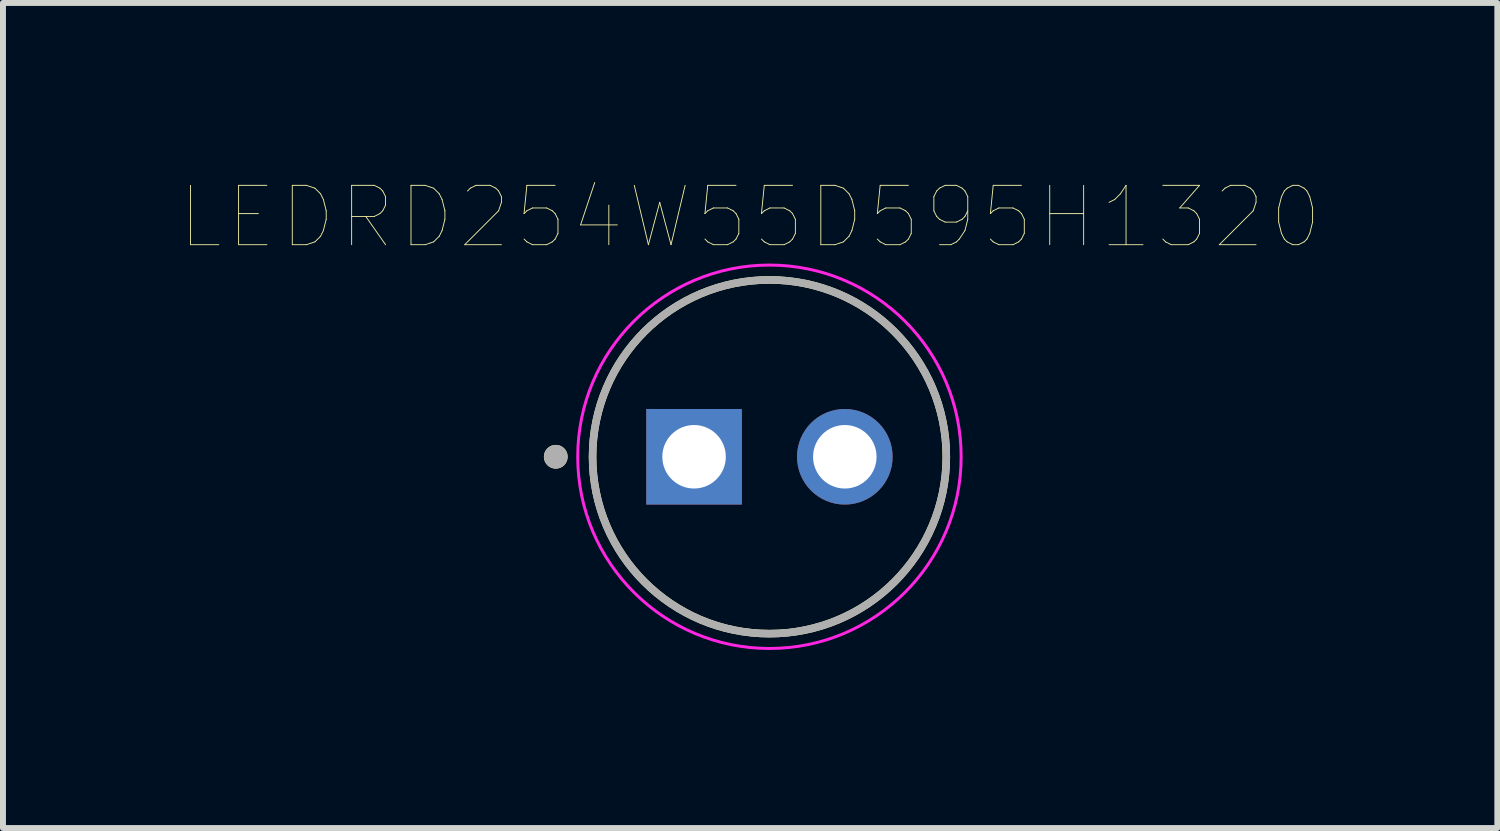
<source format=kicad_pcb>
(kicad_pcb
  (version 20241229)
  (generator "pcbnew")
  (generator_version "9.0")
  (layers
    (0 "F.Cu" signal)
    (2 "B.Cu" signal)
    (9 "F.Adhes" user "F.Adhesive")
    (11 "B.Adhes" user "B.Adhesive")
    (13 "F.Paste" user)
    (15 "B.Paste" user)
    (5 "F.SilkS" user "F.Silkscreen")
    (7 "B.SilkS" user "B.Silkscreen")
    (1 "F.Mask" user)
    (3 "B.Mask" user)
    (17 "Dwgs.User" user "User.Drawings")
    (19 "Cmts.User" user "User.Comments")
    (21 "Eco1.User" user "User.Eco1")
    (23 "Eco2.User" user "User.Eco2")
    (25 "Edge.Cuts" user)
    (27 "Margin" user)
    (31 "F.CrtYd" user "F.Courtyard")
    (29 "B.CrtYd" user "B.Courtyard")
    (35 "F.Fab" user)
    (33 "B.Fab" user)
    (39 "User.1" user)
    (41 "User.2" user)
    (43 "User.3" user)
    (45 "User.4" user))
  (footprint "LEDRD254W55D595H1320"
    (layer "F.Cu")
    (at 9.914 4.646)
    (property "Reference" "LEDRD254W55D595H1320" (at -0.325 -4.035 0) (layer "F.SilkS") (effects (font (size 1 1) (thickness 0.015))))
    (attr through_hole)
    (fp_circle (center -3.6 0) (end -3.5 0) (stroke (width 0.2) (type solid)) (fill no) (layer "F.SilkS"))
    (fp_circle (center 0 0) (end 2.98 0) (stroke (width 0.127) (type solid)) (fill no) (layer "F.SilkS"))
    (fp_circle (center 0 0) (end 3.23 0) (stroke (width 0.05) (type solid)) (fill no) (layer "F.CrtYd"))
    (fp_circle (center -3.6 0) (end -3.5 0) (stroke (width 0.2) (type solid)) (fill no) (layer "F.Fab"))
    (fp_circle (center 0 0) (end 2.98 0) (stroke (width 0.127) (type solid)) (fill no) (layer "F.Fab"))
    (pad "A" thru_hole circle (at 1.27 0) (size 1.61 1.61) (drill 1.07) (layers "*.Cu" "*.Mask"))
    (pad "C" thru_hole rect (at -1.27 0) (size 1.61 1.61) (drill 1.07) (layers "*.Cu" "*.Mask")))
  (gr_rect
    (start -3 -3)
    (end 22.178 10.901)
    (stroke (width 0.1) (type default))
    (fill no)
    (layer "Edge.Cuts")))
</source>
